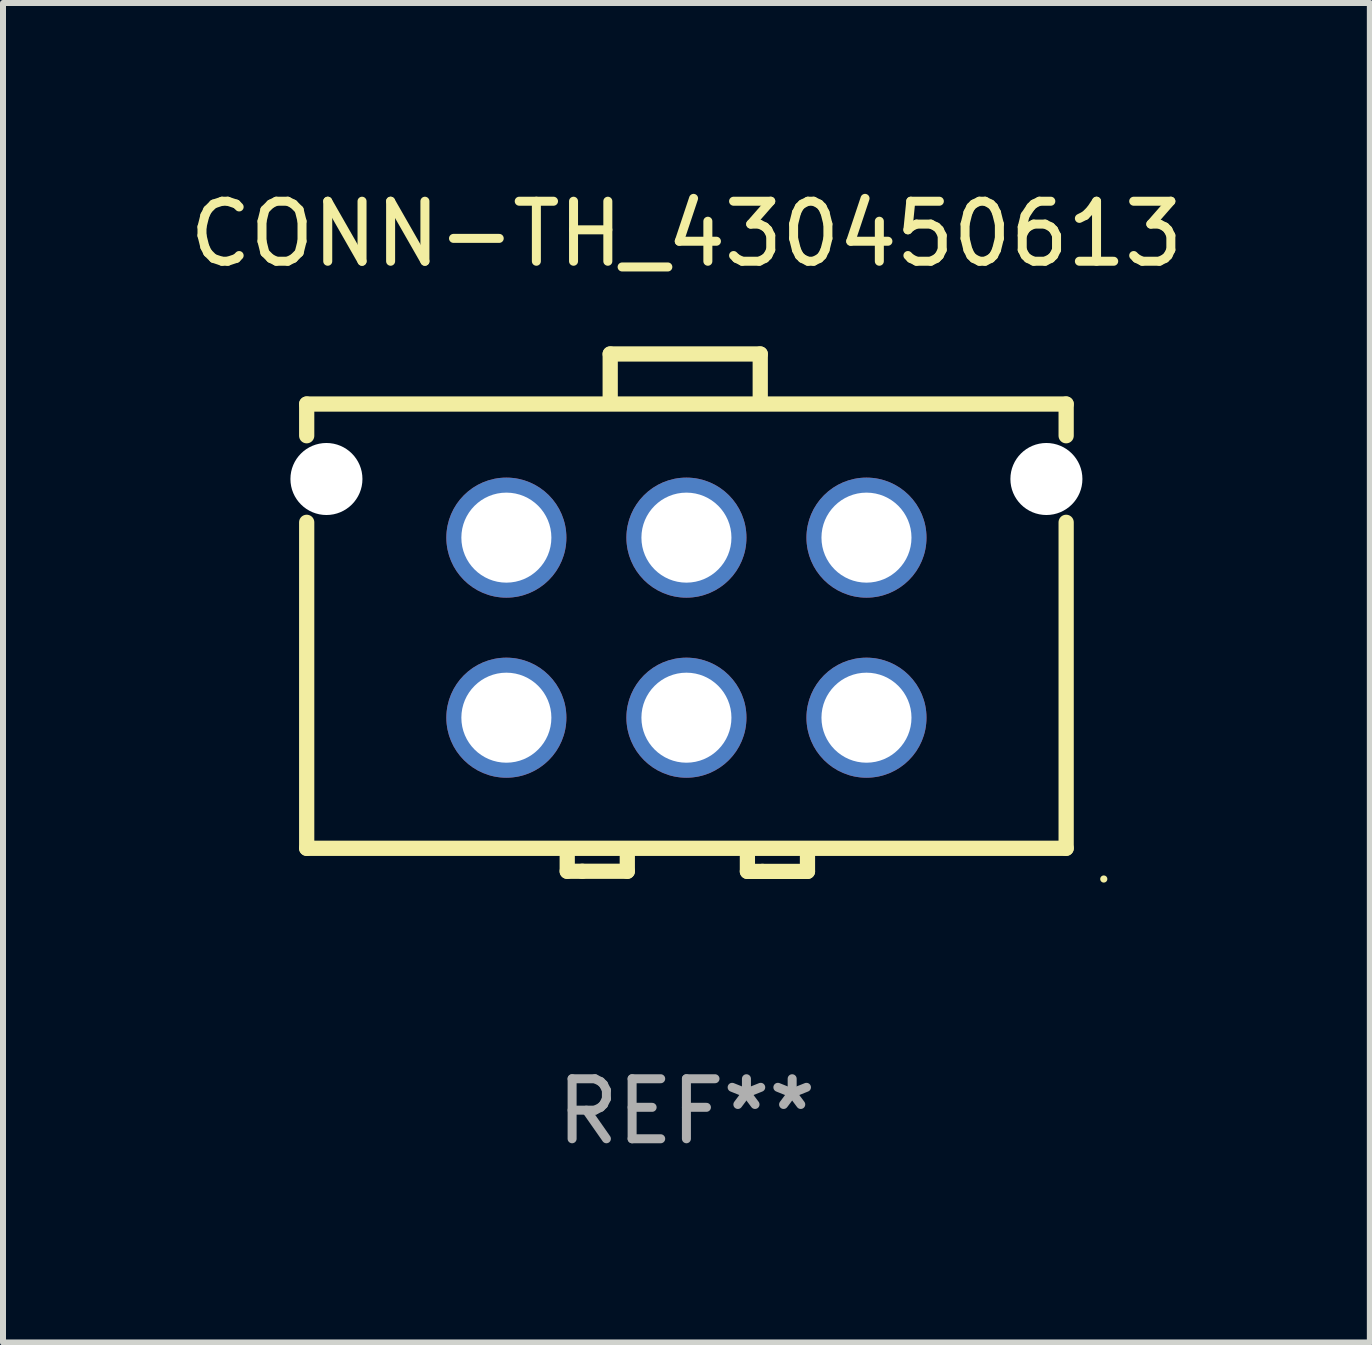
<source format=kicad_pcb>
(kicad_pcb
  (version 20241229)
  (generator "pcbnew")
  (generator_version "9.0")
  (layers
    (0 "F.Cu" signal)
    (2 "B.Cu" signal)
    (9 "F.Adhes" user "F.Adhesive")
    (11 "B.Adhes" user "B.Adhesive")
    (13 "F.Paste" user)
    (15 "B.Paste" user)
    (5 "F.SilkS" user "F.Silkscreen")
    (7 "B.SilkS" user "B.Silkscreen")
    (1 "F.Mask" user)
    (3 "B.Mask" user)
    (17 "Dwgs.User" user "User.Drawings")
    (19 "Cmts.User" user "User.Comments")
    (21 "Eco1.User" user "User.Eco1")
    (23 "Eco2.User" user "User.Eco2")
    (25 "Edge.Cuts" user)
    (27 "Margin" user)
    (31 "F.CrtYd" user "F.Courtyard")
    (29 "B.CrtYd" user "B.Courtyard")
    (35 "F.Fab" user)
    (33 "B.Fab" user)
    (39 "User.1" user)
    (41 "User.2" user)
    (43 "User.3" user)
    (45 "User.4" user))
  (footprint "CONN-TH_430450613"
    (layer "F.Cu")
    (at 8.387 7.408)
    (property "Reference" "CONN-TH_430450613" (at 0.000013 -6.56 0) (layer "F.SilkS") (effects (font (size 1 1) (thickness 0.15))))
    (attr through_hole)
    (fp_line (start -6.327 -3.726) (end -6.327 -3.198) (stroke (width 0.254) (type solid)) (layer "F.SilkS"))
    (fp_line (start -6.327 -3.726) (end 6.327 -3.726) (stroke (width 0.254) (type solid)) (layer "F.SilkS"))
    (fp_line (start -6.327 -1.755) (end -6.327 3.676) (stroke (width 0.254) (type solid)) (layer "F.SilkS"))
    (fp_line (start -1.986 3.807) (end -1.986 4.059) (stroke (width 0.254) (type solid)) (layer "F.SilkS"))
    (fp_line (start -1.986 4.059) (end -1.735 4.059) (stroke (width 0.254) (type solid)) (layer "F.SilkS"))
    (fp_line (start -1.735 4.059) (end -0.985 4.059) (stroke (width 0.254) (type solid)) (layer "F.SilkS"))
    (fp_line (start -1.27 -4.56) (end 1.23 -4.56) (stroke (width 0.254) (type solid)) (layer "F.SilkS"))
    (fp_line (start -1.27 -3.81) (end -1.27 -4.56) (stroke (width 0.254) (type solid)) (layer "F.SilkS"))
    (fp_line (start -0.985 4.059) (end -0.985 3.807) (stroke (width 0.254) (type solid)) (layer "F.SilkS"))
    (fp_line (start 1.016 3.81) (end 1.016 4.061) (stroke (width 0.254) (type solid)) (layer "F.SilkS"))
    (fp_line (start 1.016 4.061) (end 1.267 4.061) (stroke (width 0.254) (type solid)) (layer "F.SilkS"))
    (fp_line (start 1.23 -4.56) (end 1.23 -3.81) (stroke (width 0.254) (type solid)) (layer "F.SilkS"))
    (fp_line (start 1.267 4.061) (end 2.017 4.061) (stroke (width 0.254) (type solid)) (layer "F.SilkS"))
    (fp_line (start 2.017 4.061) (end 2.017 3.81) (stroke (width 0.254) (type solid)) (layer "F.SilkS"))
    (fp_line (start 6.327 -3.198) (end 6.327 -3.726) (stroke (width 0.254) (type solid)) (layer "F.SilkS"))
    (fp_line (start 6.327 3.676) (end -6.327 3.676) (stroke (width 0.254) (type solid)) (layer "F.SilkS"))
    (fp_line (start 6.327 3.676) (end 6.327 -1.755) (stroke (width 0.254) (type solid)) (layer "F.SilkS"))
    (fp_circle (center 6.954 4.188) (end 6.984 4.188) (stroke (width 0.06) (type solid)) (fill no) (layer "F.SilkS"))
    (fp_text user "REF**" (at 0.000013 8.061 0) (layer "F.Fab") (effects (font (size 1 1) (thickness 0.15))))
    (pad "" np_thru_hole circle (at -5.998 -2.477) (size 1.2 1.2) (drill 1.2) (layers "*.Cu" "*.Mask"))
    (pad "" np_thru_hole circle (at 5.998 -2.477) (size 1.2 1.2) (drill 1.2) (layers "*.Cu" "*.Mask"))
    (pad "1" thru_hole circle (at 3 1.5) (size 2 2) (drill 1.5) (layers "*.Cu" "*.Mask"))
    (pad "2" thru_hole circle (at 0.000127 1.5) (size 2 2) (drill 1.5) (layers "*.Cu" "*.Mask"))
    (pad "3" thru_hole circle (at -3 1.5) (size 2 2) (drill 1.5) (layers "*.Cu" "*.Mask"))
    (pad "4" thru_hole circle (at 3 -1.5) (size 2 2) (drill 1.5) (layers "*.Cu" "*.Mask"))
    (pad "5" thru_hole circle (at 0.000127 -1.5) (size 2 2) (drill 1.5) (layers "*.Cu" "*.Mask"))
    (pad "6" thru_hole circle (at -3 -1.5) (size 2 2) (drill 1.5) (layers "*.Cu" "*.Mask")))
  (gr_rect
    (start -3 -3)
    (end 19.774 19.318)
    (stroke (width 0.1) (type default))
    (fill no)
    (layer "Edge.Cuts")))
</source>
